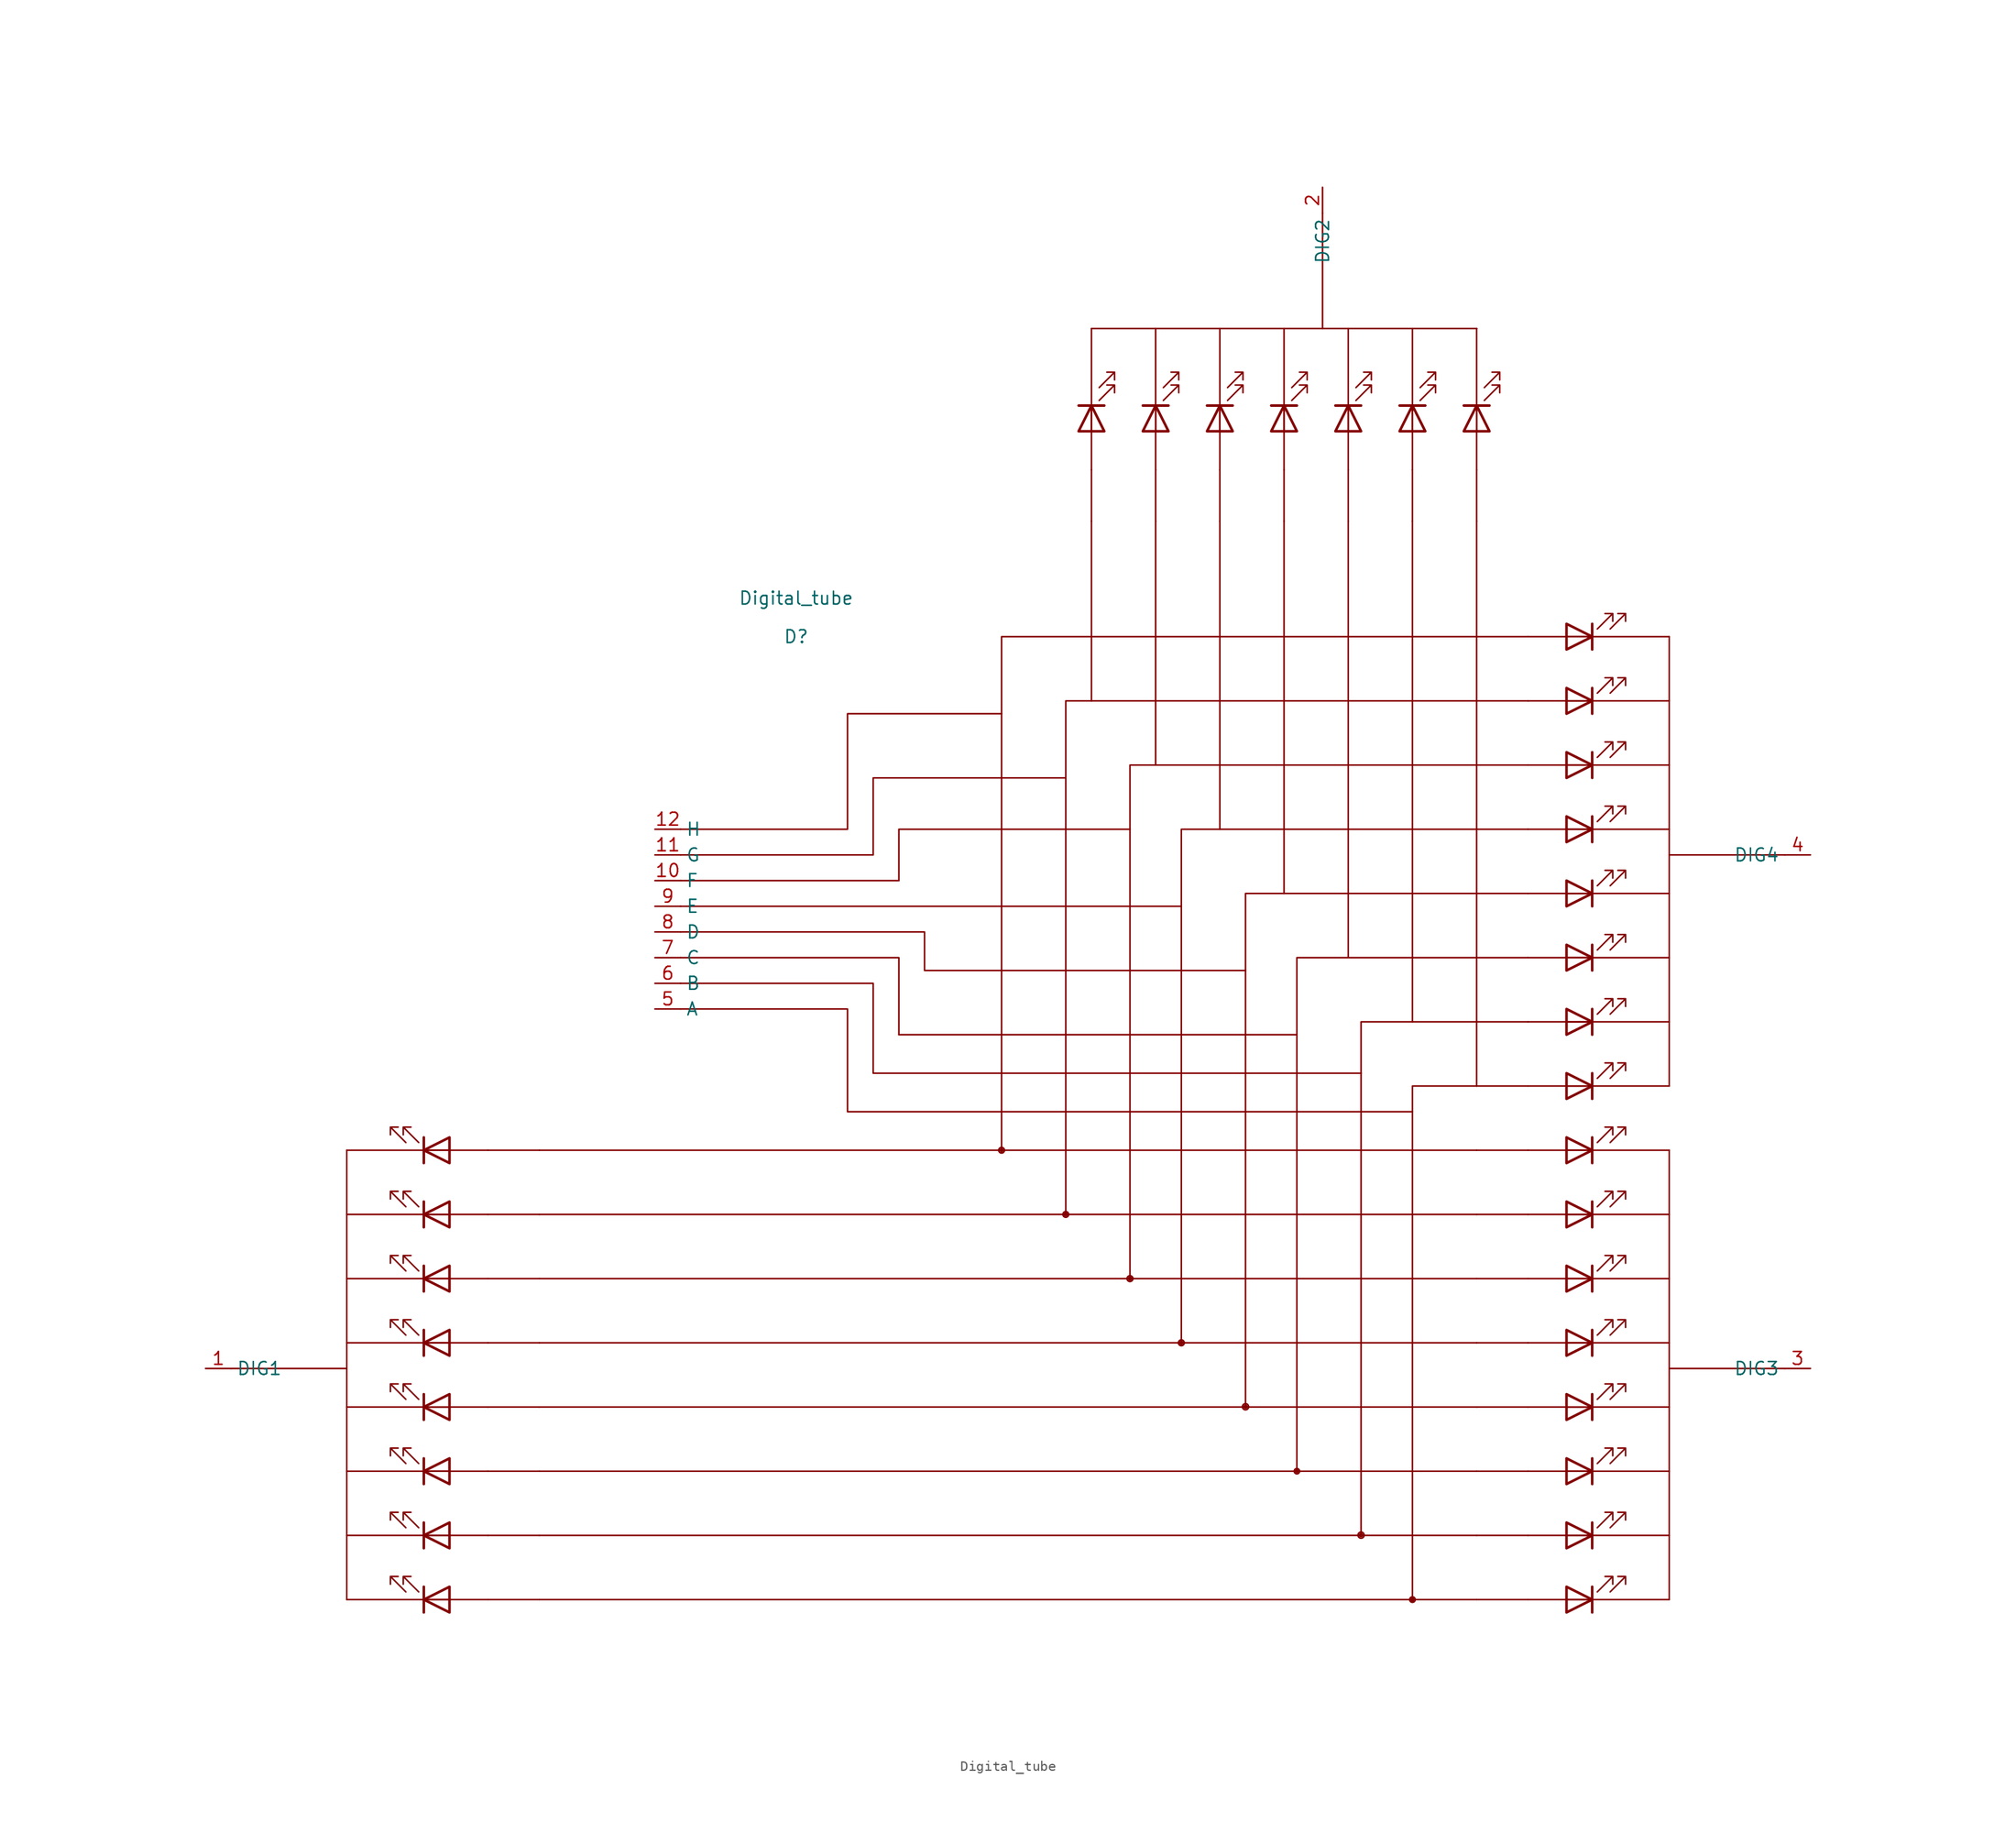
<source format=kicad_sym>
(kicad_symbol_lib
  (version 20220914)
  (generator kicad_symbol_editor)
  (symbol "Digital_tube"
    (property "Reference" "D"
      (at 20.32 53.34 0)
      (effects (font (size 1.27 1.27))))
    (property "Value" "Digital_tube"
      (at 20.32 57.15 0)
      (effects (font (size 1.27 1.27))))
    (symbol "Digital_tube_0_0"
      (polyline (pts (xy -24.13 -41.91) (xy -24.13 2.54)) (stroke (width 0) (type default)) (fill (type none)))
      (polyline (pts (xy -24.13 -19.05) (xy -35.56 -19.05)) (stroke (width 0) (type default)) (fill (type none)))
      (polyline (pts (xy -10.16 -41.91) (xy -24.13 -41.91)) (stroke (width 0) (type default)) (fill (type none)))
      (polyline (pts (xy -10.16 -41.91) (xy -5.08 -41.91)) (stroke (width 0) (type default)) (fill (type none)))
      (polyline (pts (xy -10.16 -35.56) (xy -24.13 -35.56)) (stroke (width 0) (type default)) (fill (type none)))
      (polyline (pts (xy -10.16 -35.56) (xy -5.08 -35.56)) (stroke (width 0) (type default)) (fill (type none)))
      (polyline (pts (xy -10.16 -29.21) (xy -24.13 -29.21)) (stroke (width 0) (type default)) (fill (type none)))
      (polyline (pts (xy -10.16 -29.21) (xy -5.08 -29.21)) (stroke (width 0) (type default)) (fill (type none)))
      (polyline (pts (xy -10.16 -22.86) (xy -24.13 -22.86)) (stroke (width 0) (type default)) (fill (type none)))
      (polyline (pts (xy -10.16 -22.86) (xy -5.08 -22.86)) (stroke (width 0) (type default)) (fill (type none)))
      (polyline (pts (xy -10.16 -16.51) (xy -24.13 -16.51)) (stroke (width 0) (type default)) (fill (type none)))
      (polyline (pts (xy -10.16 -16.51) (xy -5.08 -16.51)) (stroke (width 0) (type default)) (fill (type none)))
      (polyline (pts (xy -10.16 -10.16) (xy -24.13 -10.16)) (stroke (width 0) (type default)) (fill (type none)))
      (polyline (pts (xy -10.16 -10.16) (xy -5.08 -10.16)) (stroke (width 0) (type default)) (fill (type none)))
      (polyline (pts (xy -10.16 -3.81) (xy -24.13 -3.81)) (stroke (width 0) (type default)) (fill (type none)))
      (polyline (pts (xy -10.16 -3.81) (xy -5.08 -3.81)) (stroke (width 0) (type default)) (fill (type none)))
      (polyline (pts (xy -10.16 2.54) (xy -24.13 2.54)) (stroke (width 0) (type default)) (fill (type none)))
      (polyline (pts (xy -10.16 2.54) (xy -5.08 2.54)) (stroke (width 0) (type default)) (fill (type none)))
      (polyline (pts (xy 49.53 69.85) (xy 49.53 64.77)) (stroke (width 0) (type default)) (fill (type none)))
      (polyline (pts (xy 49.53 69.85) (xy 49.53 83.82)) (stroke (width 0) (type default)) (fill (type none)))
      (polyline (pts (xy 55.88 69.85) (xy 55.88 64.77)) (stroke (width 0) (type default)) (fill (type none)))
      (polyline (pts (xy 55.88 69.85) (xy 55.88 83.82)) (stroke (width 0) (type default)) (fill (type none)))
      (polyline (pts (xy 62.23 69.85) (xy 62.23 64.77)) (stroke (width 0) (type default)) (fill (type none)))
      (polyline (pts (xy 62.23 69.85) (xy 62.23 83.82)) (stroke (width 0) (type default)) (fill (type none)))
      (polyline (pts (xy 68.58 69.85) (xy 68.58 64.77)) (stroke (width 0) (type default)) (fill (type none)))
      (polyline (pts (xy 68.58 69.85) (xy 68.58 83.82)) (stroke (width 0) (type default)) (fill (type none)))
      (polyline (pts (xy 72.39 83.82) (xy 72.39 95.25)) (stroke (width 0) (type default)) (fill (type none)))
      (polyline (pts (xy 74.93 69.85) (xy 74.93 64.77)) (stroke (width 0) (type default)) (fill (type none)))
      (polyline (pts (xy 74.93 69.85) (xy 74.93 83.82)) (stroke (width 0) (type default)) (fill (type none)))
      (polyline (pts (xy 81.28 69.85) (xy 81.28 64.77)) (stroke (width 0) (type default)) (fill (type none)))
      (polyline (pts (xy 81.28 69.85) (xy 81.28 83.82)) (stroke (width 0) (type default)) (fill (type none)))
      (polyline (pts (xy 87.63 69.85) (xy 87.63 64.77)) (stroke (width 0) (type default)) (fill (type none)))
      (polyline (pts (xy 87.63 69.85) (xy 87.63 83.82)) (stroke (width 0) (type default)) (fill (type none)))
      (polyline (pts (xy 92.71 -41.91) (xy 87.63 -41.91)) (stroke (width 0) (type default)) (fill (type none)))
      (polyline (pts (xy 92.71 -41.91) (xy 106.68 -41.91)) (stroke (width 0) (type default)) (fill (type none)))
      (polyline (pts (xy 92.71 -35.56) (xy 87.63 -35.56)) (stroke (width 0) (type default)) (fill (type none)))
      (polyline (pts (xy 92.71 -35.56) (xy 106.68 -35.56)) (stroke (width 0) (type default)) (fill (type none)))
      (polyline (pts (xy 92.71 -29.21) (xy 87.63 -29.21)) (stroke (width 0) (type default)) (fill (type none)))
      (polyline (pts (xy 92.71 -29.21) (xy 106.68 -29.21)) (stroke (width 0) (type default)) (fill (type none)))
      (polyline (pts (xy 92.71 -22.86) (xy 87.63 -22.86)) (stroke (width 0) (type default)) (fill (type none)))
      (polyline (pts (xy 92.71 -22.86) (xy 106.68 -22.86)) (stroke (width 0) (type default)) (fill (type none)))
      (polyline (pts (xy 92.71 -16.51) (xy 87.63 -16.51)) (stroke (width 0) (type default)) (fill (type none)))
      (polyline (pts (xy 92.71 -16.51) (xy 106.68 -16.51)) (stroke (width 0) (type default)) (fill (type none)))
      (polyline (pts (xy 92.71 -10.16) (xy 87.63 -10.16)) (stroke (width 0) (type default)) (fill (type none)))
      (polyline (pts (xy 92.71 -10.16) (xy 106.68 -10.16)) (stroke (width 0) (type default)) (fill (type none)))
      (polyline (pts (xy 92.71 -3.81) (xy 87.63 -3.81)) (stroke (width 0) (type default)) (fill (type none)))
      (polyline (pts (xy 92.71 -3.81) (xy 106.68 -3.81)) (stroke (width 0) (type default)) (fill (type none)))
      (polyline (pts (xy 92.71 2.54) (xy 87.63 2.54)) (stroke (width 0) (type default)) (fill (type none)))
      (polyline (pts (xy 92.71 2.54) (xy 106.68 2.54)) (stroke (width 0) (type default)) (fill (type none)))
      (polyline (pts (xy 92.71 8.89) (xy 87.63 8.89)) (stroke (width 0) (type default)) (fill (type none)))
      (polyline (pts (xy 92.71 8.89) (xy 106.68 8.89)) (stroke (width 0) (type default)) (fill (type none)))
      (polyline (pts (xy 92.71 15.24) (xy 87.63 15.24)) (stroke (width 0) (type default)) (fill (type none)))
      (polyline (pts (xy 92.71 15.24) (xy 106.68 15.24)) (stroke (width 0) (type default)) (fill (type none)))
      (polyline (pts (xy 92.71 21.59) (xy 87.63 21.59)) (stroke (width 0) (type default)) (fill (type none)))
      (polyline (pts (xy 92.71 21.59) (xy 106.68 21.59)) (stroke (width 0) (type default)) (fill (type none)))
      (polyline (pts (xy 92.71 27.94) (xy 87.63 27.94)) (stroke (width 0) (type default)) (fill (type none)))
      (polyline (pts (xy 92.71 27.94) (xy 106.68 27.94)) (stroke (width 0) (type default)) (fill (type none)))
      (polyline (pts (xy 92.71 34.29) (xy 87.63 34.29)) (stroke (width 0) (type default)) (fill (type none)))
      (polyline (pts (xy 92.71 34.29) (xy 106.68 34.29)) (stroke (width 0) (type default)) (fill (type none)))
      (polyline (pts (xy 92.71 40.64) (xy 87.63 40.64)) (stroke (width 0) (type default)) (fill (type none)))
      (polyline (pts (xy 92.71 40.64) (xy 106.68 40.64)) (stroke (width 0) (type default)) (fill (type none)))
      (polyline (pts (xy 92.71 46.99) (xy 87.63 46.99)) (stroke (width 0) (type default)) (fill (type none)))
      (polyline (pts (xy 92.71 46.99) (xy 106.68 46.99)) (stroke (width 0) (type default)) (fill (type none)))
      (polyline (pts (xy 92.71 53.34) (xy 87.63 53.34)) (stroke (width 0) (type default)) (fill (type none)))
      (polyline (pts (xy 92.71 53.34) (xy 106.68 53.34)) (stroke (width 0) (type default)) (fill (type none)))
      (polyline (pts (xy 106.68 -41.91) (xy 106.68 2.54)) (stroke (width 0) (type default)) (fill (type none)))
      (polyline (pts (xy 106.68 -19.05) (xy 118.11 -19.05)) (stroke (width 0) (type default)) (fill (type none)))
      (polyline (pts (xy 106.68 8.89) (xy 106.68 53.34)) (stroke (width 0) (type default)) (fill (type none)))
      (polyline (pts (xy 106.68 31.75) (xy 118.11 31.75)) (stroke (width 0) (type default)) (fill (type none)))
      (pin input line (at -38.1 -19.05 0) (length 2.54) (name "DIG1" (effects (font (size 1.27 1.27)))) (number "1" (effects (font (size 1.27 1.27)))))
      (pin input line (at 6.35 29.21 0) (length 2.54) (name "F" (effects (font (size 1.27 1.27)))) (number "10" (effects (font (size 1.27 1.27)))))
      (pin input line (at 6.35 31.75 0) (length 2.54) (name "G" (effects (font (size 1.27 1.27)))) (number "11" (effects (font (size 1.27 1.27)))))
      (pin input line (at 6.35 34.29 0) (length 2.54) (name "H" (effects (font (size 1.27 1.27)))) (number "12" (effects (font (size 1.27 1.27)))))
      (pin input line (at 72.39 97.79 270) (length 2.54) (name "DIG2" (effects (font (size 1.27 1.27)))) (number "2" (effects (font (size 1.27 1.27)))))
      (pin input line (at 120.65 -19.05 180) (length 2.54) (name "DIG3" (effects (font (size 1.27 1.27)))) (number "3" (effects (font (size 1.27 1.27)))))
      (pin input line (at 120.65 31.75 180) (length 2.54) (name "DIG4" (effects (font (size 1.27 1.27)))) (number "4" (effects (font (size 1.27 1.27)))))
      (pin input line (at 6.35 16.51 0) (length 2.54) (name "A" (effects (font (size 1.27 1.27)))) (number "5" (effects (font (size 1.27 1.27)))))
      (pin input line (at 6.35 19.05 0) (length 2.54) (name "B" (effects (font (size 1.27 1.27)))) (number "6" (effects (font (size 1.27 1.27)))))
      (pin input line (at 6.35 21.59 0) (length 2.54) (name "C" (effects (font (size 1.27 1.27)))) (number "7" (effects (font (size 1.27 1.27)))))
      (pin input line (at 6.35 24.13 0) (length 2.54) (name "D" (effects (font (size 1.27 1.27)))) (number "8" (effects (font (size 1.27 1.27)))))
      (pin input line (at 6.35 26.67 0) (length 2.54) (name "E" (effects (font (size 1.27 1.27)))) (number "9" (effects (font (size 1.27 1.27))))))
    (symbol "Digital_tube_0_1"
      (polyline (pts (xy -16.51 -41.91) (xy -13.97 -41.91)) (stroke (width 0) (type default)) (fill (type none)))
      (polyline (pts (xy -16.51 -40.64) (xy -16.51 -43.18)) (stroke (width 0.254) (type default)) (fill (type none)))
      (polyline (pts (xy -16.51 -35.56) (xy -13.97 -35.56)) (stroke (width 0) (type default)) (fill (type none)))
      (polyline (pts (xy -16.51 -34.29) (xy -16.51 -36.83)) (stroke (width 0.254) (type default)) (fill (type none)))
      (polyline (pts (xy -16.51 -29.21) (xy -13.97 -29.21)) (stroke (width 0) (type default)) (fill (type none)))
      (polyline (pts (xy -16.51 -27.94) (xy -16.51 -30.48)) (stroke (width 0.254) (type default)) (fill (type none)))
      (polyline (pts (xy -16.51 -22.86) (xy -13.97 -22.86)) (stroke (width 0) (type default)) (fill (type none)))
      (polyline (pts (xy -16.51 -21.59) (xy -16.51 -24.13)) (stroke (width 0.254) (type default)) (fill (type none)))
      (polyline (pts (xy -16.51 -16.51) (xy -13.97 -16.51)) (stroke (width 0) (type default)) (fill (type none)))
      (polyline (pts (xy -16.51 -15.24) (xy -16.51 -17.78)) (stroke (width 0.254) (type default)) (fill (type none)))
      (polyline (pts (xy -16.51 -10.16) (xy -13.97 -10.16)) (stroke (width 0) (type default)) (fill (type none)))
      (polyline (pts (xy -16.51 -8.89) (xy -16.51 -11.43)) (stroke (width 0.254) (type default)) (fill (type none)))
      (polyline (pts (xy -16.51 -3.81) (xy -13.97 -3.81)) (stroke (width 0) (type default)) (fill (type none)))
      (polyline (pts (xy -16.51 -2.54) (xy -16.51 -5.08)) (stroke (width 0.254) (type default)) (fill (type none)))
      (polyline (pts (xy -16.51 2.54) (xy -13.97 2.54)) (stroke (width 0) (type default)) (fill (type none)))
      (polyline (pts (xy -16.51 3.81) (xy -16.51 1.27)) (stroke (width 0.254) (type default)) (fill (type none)))
      (polyline (pts (xy -5.08 -41.91) (xy 87.63 -41.91)) (stroke (width 0) (type default)) (fill (type none)))
      (polyline (pts (xy -5.08 -29.21) (xy 87.63 -29.21)) (stroke (width 0) (type default)) (fill (type none)))
      (polyline (pts (xy -5.08 -16.51) (xy 87.63 -16.51)) (stroke (width 0) (type default)) (fill (type none)))
      (polyline (pts (xy -5.08 -3.81) (xy 87.63 -3.81)) (stroke (width 0) (type default)) (fill (type none)))
      (polyline (pts (xy -5.08 2.54) (xy 87.63 2.54)) (stroke (width 0) (type default)) (fill (type none)))
      (polyline (pts (xy 30.48 29.21) (xy 8.89 29.21)) (stroke (width 0) (type default)) (fill (type none)))
      (polyline (pts (xy 49.53 64.77) (xy 49.53 46.99)) (stroke (width 0) (type default)) (fill (type none)))
      (polyline (pts (xy 49.53 76.2) (xy 49.53 73.66)) (stroke (width 0) (type default)) (fill (type none)))
      (polyline (pts (xy 49.53 83.82) (xy 87.63 83.82)) (stroke (width 0) (type default)) (fill (type none)))
      (polyline (pts (xy 50.8 76.2) (xy 48.26 76.2)) (stroke (width 0.254) (type default)) (fill (type none)))
      (polyline (pts (xy 55.88 64.77) (xy 55.88 40.64)) (stroke (width 0) (type default)) (fill (type none)))
      (polyline (pts (xy 55.88 76.2) (xy 55.88 73.66)) (stroke (width 0) (type default)) (fill (type none)))
      (polyline (pts (xy 57.15 76.2) (xy 54.61 76.2)) (stroke (width 0.254) (type default)) (fill (type none)))
      (polyline (pts (xy 58.42 26.67) (xy 8.89 26.67)) (stroke (width 0) (type default)) (fill (type none)))
      (polyline (pts (xy 62.23 64.77) (xy 62.23 34.29)) (stroke (width 0) (type default)) (fill (type none)))
      (polyline (pts (xy 62.23 76.2) (xy 62.23 73.66)) (stroke (width 0) (type default)) (fill (type none)))
      (polyline (pts (xy 63.5 76.2) (xy 60.96 76.2)) (stroke (width 0.254) (type default)) (fill (type none)))
      (polyline (pts (xy 68.58 64.77) (xy 68.58 27.94)) (stroke (width 0) (type default)) (fill (type none)))
      (polyline (pts (xy 68.58 76.2) (xy 68.58 73.66)) (stroke (width 0) (type default)) (fill (type none)))
      (polyline (pts (xy 69.85 13.97) (xy 30.48 13.97)) (stroke (width 0) (type default)) (fill (type none)))
      (polyline (pts (xy 69.85 76.2) (xy 67.31 76.2)) (stroke (width 0.254) (type default)) (fill (type none)))
      (polyline (pts (xy 74.93 64.77) (xy 74.93 21.59)) (stroke (width 0) (type default)) (fill (type none)))
      (polyline (pts (xy 74.93 76.2) (xy 74.93 73.66)) (stroke (width 0) (type default)) (fill (type none)))
      (polyline (pts (xy 76.2 76.2) (xy 73.66 76.2)) (stroke (width 0.254) (type default)) (fill (type none)))
      (polyline (pts (xy 81.28 64.77) (xy 81.28 15.24)) (stroke (width 0) (type default)) (fill (type none)))
      (polyline (pts (xy 81.28 76.2) (xy 81.28 73.66)) (stroke (width 0) (type default)) (fill (type none)))
      (polyline (pts (xy 82.55 76.2) (xy 80.01 76.2)) (stroke (width 0.254) (type default)) (fill (type none)))
      (polyline (pts (xy 87.63 -35.56) (xy -5.08 -35.56)) (stroke (width 0) (type default)) (fill (type none)))
      (polyline (pts (xy 87.63 -22.86) (xy -5.08 -22.86)) (stroke (width 0) (type default)) (fill (type none)))
      (polyline (pts (xy 87.63 -10.16) (xy -5.08 -10.16)) (stroke (width 0) (type default)) (fill (type none)))
      (polyline (pts (xy 87.63 64.77) (xy 87.63 8.89)) (stroke (width 0) (type default)) (fill (type none)))
      (polyline (pts (xy 87.63 76.2) (xy 87.63 73.66)) (stroke (width 0) (type default)) (fill (type none)))
      (polyline (pts (xy 87.63 83.82) (xy 87.63 83.82)) (stroke (width 0) (type default)) (fill (type none)))
      (polyline (pts (xy 88.9 76.2) (xy 86.36 76.2)) (stroke (width 0.254) (type default)) (fill (type none)))
      (polyline (pts (xy 99.06 -41.91) (xy 96.52 -41.91)) (stroke (width 0) (type default)) (fill (type none)))
      (polyline (pts (xy 99.06 -40.64) (xy 99.06 -43.18)) (stroke (width 0.254) (type default)) (fill (type none)))
      (polyline (pts (xy 99.06 -35.56) (xy 96.52 -35.56)) (stroke (width 0) (type default)) (fill (type none)))
      (polyline (pts (xy 99.06 -34.29) (xy 99.06 -36.83)) (stroke (width 0.254) (type default)) (fill (type none)))
      (polyline (pts (xy 99.06 -29.21) (xy 96.52 -29.21)) (stroke (width 0) (type default)) (fill (type none)))
      (polyline (pts (xy 99.06 -27.94) (xy 99.06 -30.48)) (stroke (width 0.254) (type default)) (fill (type none)))
      (polyline (pts (xy 99.06 -22.86) (xy 96.52 -22.86)) (stroke (width 0) (type default)) (fill (type none)))
      (polyline (pts (xy 99.06 -21.59) (xy 99.06 -24.13)) (stroke (width 0.254) (type default)) (fill (type none)))
      (polyline (pts (xy 99.06 -16.51) (xy 96.52 -16.51)) (stroke (width 0) (type default)) (fill (type none)))
      (polyline (pts (xy 99.06 -15.24) (xy 99.06 -17.78)) (stroke (width 0.254) (type default)) (fill (type none)))
      (polyline (pts (xy 99.06 -10.16) (xy 96.52 -10.16)) (stroke (width 0) (type default)) (fill (type none)))
      (polyline (pts (xy 99.06 -8.89) (xy 99.06 -11.43)) (stroke (width 0.254) (type default)) (fill (type none)))
      (polyline (pts (xy 99.06 -3.81) (xy 96.52 -3.81)) (stroke (width 0) (type default)) (fill (type none)))
      (polyline (pts (xy 99.06 -2.54) (xy 99.06 -5.08)) (stroke (width 0.254) (type default)) (fill (type none)))
      (polyline (pts (xy 99.06 2.54) (xy 96.52 2.54)) (stroke (width 0) (type default)) (fill (type none)))
      (polyline (pts (xy 99.06 3.81) (xy 99.06 1.27)) (stroke (width 0.254) (type default)) (fill (type none)))
      (polyline (pts (xy 99.06 8.89) (xy 96.52 8.89)) (stroke (width 0) (type default)) (fill (type none)))
      (polyline (pts (xy 99.06 10.16) (xy 99.06 7.62)) (stroke (width 0.254) (type default)) (fill (type none)))
      (polyline (pts (xy 99.06 15.24) (xy 96.52 15.24)) (stroke (width 0) (type default)) (fill (type none)))
      (polyline (pts (xy 99.06 16.51) (xy 99.06 13.97)) (stroke (width 0.254) (type default)) (fill (type none)))
      (polyline (pts (xy 99.06 21.59) (xy 96.52 21.59)) (stroke (width 0) (type default)) (fill (type none)))
      (polyline (pts (xy 99.06 22.86) (xy 99.06 20.32)) (stroke (width 0.254) (type default)) (fill (type none)))
      (polyline (pts (xy 99.06 27.94) (xy 96.52 27.94)) (stroke (width 0) (type default)) (fill (type none)))
      (polyline (pts (xy 99.06 29.21) (xy 99.06 26.67)) (stroke (width 0.254) (type default)) (fill (type none)))
      (polyline (pts (xy 99.06 34.29) (xy 96.52 34.29)) (stroke (width 0) (type default)) (fill (type none)))
      (polyline (pts (xy 99.06 35.56) (xy 99.06 33.02)) (stroke (width 0.254) (type default)) (fill (type none)))
      (polyline (pts (xy 99.06 40.64) (xy 96.52 40.64)) (stroke (width 0) (type default)) (fill (type none)))
      (polyline (pts (xy 99.06 41.91) (xy 99.06 39.37)) (stroke (width 0.254) (type default)) (fill (type none)))
      (polyline (pts (xy 99.06 46.99) (xy 96.52 46.99)) (stroke (width 0) (type default)) (fill (type none)))
      (polyline (pts (xy 99.06 48.26) (xy 99.06 45.72)) (stroke (width 0.254) (type default)) (fill (type none)))
      (polyline (pts (xy 99.06 53.34) (xy 96.52 53.34)) (stroke (width 0) (type default)) (fill (type none)))
      (polyline (pts (xy 99.06 54.61) (xy 99.06 52.07)) (stroke (width 0.254) (type default)) (fill (type none)))
      (polyline (pts (xy 30.48 13.97) (xy 30.48 21.59) (xy 8.89 21.59)) (stroke (width 0) (type default)) (fill (type none)))
      (polyline (pts (xy 53.34 34.29) (xy 30.48 34.29) (xy 30.48 29.21)) (stroke (width 0) (type default)) (fill (type none)))
      (polyline (pts (xy 87.63 8.89) (xy 81.28 8.89) (xy 81.28 -41.91)) (stroke (width 0) (type default)) (fill (type none)))
      (polyline (pts (xy 87.63 15.24) (xy 76.2 15.24) (xy 76.2 -35.56)) (stroke (width 0) (type default)) (fill (type none)))
      (polyline (pts (xy 87.63 21.59) (xy 69.85 21.59) (xy 69.85 -29.21)) (stroke (width 0) (type default)) (fill (type none)))
      (polyline (pts (xy 87.63 27.94) (xy 64.77 27.94) (xy 64.77 -22.86)) (stroke (width 0) (type default)) (fill (type none)))
      (polyline (pts (xy 87.63 34.29) (xy 58.42 34.29) (xy 58.42 -16.51)) (stroke (width 0) (type default)) (fill (type none)))
      (polyline (pts (xy 87.63 40.64) (xy 53.34 40.64) (xy 53.34 -10.16)) (stroke (width 0) (type default)) (fill (type none)))
      (polyline (pts (xy 87.63 46.99) (xy 46.99 46.99) (xy 46.99 -3.81)) (stroke (width 0) (type default)) (fill (type none)))
      (polyline (pts (xy 87.63 53.34) (xy 40.64 53.34) (xy 40.64 2.54)) (stroke (width 0) (type default)) (fill (type none)))
      (polyline (pts (xy -13.97 -40.64) (xy -13.97 -43.18) (xy -16.51 -41.91) (xy -13.97 -40.64)) (stroke (width 0.254) (type default)) (fill (type none)))
      (polyline (pts (xy -13.97 -34.29) (xy -13.97 -36.83) (xy -16.51 -35.56) (xy -13.97 -34.29)) (stroke (width 0.254) (type default)) (fill (type none)))
      (polyline (pts (xy -13.97 -27.94) (xy -13.97 -30.48) (xy -16.51 -29.21) (xy -13.97 -27.94)) (stroke (width 0.254) (type default)) (fill (type none)))
      (polyline (pts (xy -13.97 -21.59) (xy -13.97 -24.13) (xy -16.51 -22.86) (xy -13.97 -21.59)) (stroke (width 0.254) (type default)) (fill (type none)))
      (polyline (pts (xy -13.97 -15.24) (xy -13.97 -17.78) (xy -16.51 -16.51) (xy -13.97 -15.24)) (stroke (width 0.254) (type default)) (fill (type none)))
      (polyline (pts (xy -13.97 -8.89) (xy -13.97 -11.43) (xy -16.51 -10.16) (xy -13.97 -8.89)) (stroke (width 0.254) (type default)) (fill (type none)))
      (polyline (pts (xy -13.97 -2.54) (xy -13.97 -5.08) (xy -16.51 -3.81) (xy -13.97 -2.54)) (stroke (width 0.254) (type default)) (fill (type none)))
      (polyline (pts (xy -13.97 3.81) (xy -13.97 1.27) (xy -16.51 2.54) (xy -13.97 3.81)) (stroke (width 0.254) (type default)) (fill (type none)))
      (polyline (pts (xy 40.64 45.72) (xy 25.4 45.72) (xy 25.4 34.29) (xy 8.89 34.29)) (stroke (width 0) (type default)) (fill (type none)))
      (polyline (pts (xy 46.99 39.37) (xy 27.94 39.37) (xy 27.94 31.75) (xy 8.89 31.75)) (stroke (width 0) (type default)) (fill (type none)))
      (polyline (pts (xy 50.8 73.66) (xy 48.26 73.66) (xy 49.53 76.2) (xy 50.8 73.66)) (stroke (width 0.254) (type default)) (fill (type none)))
      (polyline (pts (xy 57.15 73.66) (xy 54.61 73.66) (xy 55.88 76.2) (xy 57.15 73.66)) (stroke (width 0.254) (type default)) (fill (type none)))
      (polyline (pts (xy 63.5 73.66) (xy 60.96 73.66) (xy 62.23 76.2) (xy 63.5 73.66)) (stroke (width 0.254) (type default)) (fill (type none)))
      (polyline (pts (xy 64.77 20.32) (xy 33.02 20.32) (xy 33.02 24.13) (xy 8.89 24.13)) (stroke (width 0) (type default)) (fill (type none)))
      (polyline (pts (xy 69.85 73.66) (xy 67.31 73.66) (xy 68.58 76.2) (xy 69.85 73.66)) (stroke (width 0.254) (type default)) (fill (type none)))
      (polyline (pts (xy 76.2 10.16) (xy 27.94 10.16) (xy 27.94 19.05) (xy 8.89 19.05)) (stroke (width 0) (type default)) (fill (type none)))
      (polyline (pts (xy 76.2 73.66) (xy 73.66 73.66) (xy 74.93 76.2) (xy 76.2 73.66)) (stroke (width 0.254) (type default)) (fill (type none)))
      (polyline (pts (xy 81.28 6.35) (xy 25.4 6.35) (xy 25.4 16.51) (xy 8.89 16.51)) (stroke (width 0) (type default)) (fill (type none)))
      (polyline (pts (xy 82.55 73.66) (xy 80.01 73.66) (xy 81.28 76.2) (xy 82.55 73.66)) (stroke (width 0.254) (type default)) (fill (type none)))
      (polyline (pts (xy 88.9 73.66) (xy 86.36 73.66) (xy 87.63 76.2) (xy 88.9 73.66)) (stroke (width 0.254) (type default)) (fill (type none)))
      (polyline (pts (xy 96.52 -40.64) (xy 96.52 -43.18) (xy 99.06 -41.91) (xy 96.52 -40.64)) (stroke (width 0.254) (type default)) (fill (type none)))
      (polyline (pts (xy 96.52 -34.29) (xy 96.52 -36.83) (xy 99.06 -35.56) (xy 96.52 -34.29)) (stroke (width 0.254) (type default)) (fill (type none)))
      (polyline (pts (xy 96.52 -27.94) (xy 96.52 -30.48) (xy 99.06 -29.21) (xy 96.52 -27.94)) (stroke (width 0.254) (type default)) (fill (type none)))
      (polyline (pts (xy 96.52 -21.59) (xy 96.52 -24.13) (xy 99.06 -22.86) (xy 96.52 -21.59)) (stroke (width 0.254) (type default)) (fill (type none)))
      (polyline (pts (xy 96.52 -15.24) (xy 96.52 -17.78) (xy 99.06 -16.51) (xy 96.52 -15.24)) (stroke (width 0.254) (type default)) (fill (type none)))
      (polyline (pts (xy 96.52 -8.89) (xy 96.52 -11.43) (xy 99.06 -10.16) (xy 96.52 -8.89)) (stroke (width 0.254) (type default)) (fill (type none)))
      (polyline (pts (xy 96.52 -2.54) (xy 96.52 -5.08) (xy 99.06 -3.81) (xy 96.52 -2.54)) (stroke (width 0.254) (type default)) (fill (type none)))
      (polyline (pts (xy 96.52 3.81) (xy 96.52 1.27) (xy 99.06 2.54) (xy 96.52 3.81)) (stroke (width 0.254) (type default)) (fill (type none)))
      (polyline (pts (xy 96.52 10.16) (xy 96.52 7.62) (xy 99.06 8.89) (xy 96.52 10.16)) (stroke (width 0.254) (type default)) (fill (type none)))
      (polyline (pts (xy 96.52 16.51) (xy 96.52 13.97) (xy 99.06 15.24) (xy 96.52 16.51)) (stroke (width 0.254) (type default)) (fill (type none)))
      (polyline (pts (xy 96.52 22.86) (xy 96.52 20.32) (xy 99.06 21.59) (xy 96.52 22.86)) (stroke (width 0.254) (type default)) (fill (type none)))
      (polyline (pts (xy 96.52 29.21) (xy 96.52 26.67) (xy 99.06 27.94) (xy 96.52 29.21)) (stroke (width 0.254) (type default)) (fill (type none)))
      (polyline (pts (xy 96.52 35.56) (xy 96.52 33.02) (xy 99.06 34.29) (xy 96.52 35.56)) (stroke (width 0.254) (type default)) (fill (type none)))
      (polyline (pts (xy 96.52 41.91) (xy 96.52 39.37) (xy 99.06 40.64) (xy 96.52 41.91)) (stroke (width 0.254) (type default)) (fill (type none)))
      (polyline (pts (xy 96.52 48.26) (xy 96.52 45.72) (xy 99.06 46.99) (xy 96.52 48.26)) (stroke (width 0.254) (type default)) (fill (type none)))
      (polyline (pts (xy 96.52 54.61) (xy 96.52 52.07) (xy 99.06 53.34) (xy 96.52 54.61)) (stroke (width 0.254) (type default)) (fill (type none)))
      (polyline (pts (xy -18.288 -41.148) (xy -19.812 -39.624) (xy -19.05 -39.624) (xy -19.812 -39.624) (xy -19.812 -40.386)) (stroke (width 0) (type default)) (fill (type none)))
      (polyline (pts (xy -18.288 -34.798) (xy -19.812 -33.274) (xy -19.05 -33.274) (xy -19.812 -33.274) (xy -19.812 -34.036)) (stroke (width 0) (type default)) (fill (type none)))
      (polyline (pts (xy -18.288 -28.448) (xy -19.812 -26.924) (xy -19.05 -26.924) (xy -19.812 -26.924) (xy -19.812 -27.686)) (stroke (width 0) (type default)) (fill (type none)))
      (polyline (pts (xy -18.288 -22.098) (xy -19.812 -20.574) (xy -19.05 -20.574) (xy -19.812 -20.574) (xy -19.812 -21.336)) (stroke (width 0) (type default)) (fill (type none)))
      (polyline (pts (xy -18.288 -15.748) (xy -19.812 -14.224) (xy -19.05 -14.224) (xy -19.812 -14.224) (xy -19.812 -14.986)) (stroke (width 0) (type default)) (fill (type none)))
      (polyline (pts (xy -18.288 -9.398) (xy -19.812 -7.874) (xy -19.05 -7.874) (xy -19.812 -7.874) (xy -19.812 -8.636)) (stroke (width 0) (type default)) (fill (type none)))
      (polyline (pts (xy -18.288 -3.048) (xy -19.812 -1.524) (xy -19.05 -1.524) (xy -19.812 -1.524) (xy -19.812 -2.286)) (stroke (width 0) (type default)) (fill (type none)))
      (polyline (pts (xy -18.288 3.302) (xy -19.812 4.826) (xy -19.05 4.826) (xy -19.812 4.826) (xy -19.812 4.064)) (stroke (width 0) (type default)) (fill (type none)))
      (polyline (pts (xy -17.018 -41.148) (xy -18.542 -39.624) (xy -17.78 -39.624) (xy -18.542 -39.624) (xy -18.542 -40.386)) (stroke (width 0) (type default)) (fill (type none)))
      (polyline (pts (xy -17.018 -34.798) (xy -18.542 -33.274) (xy -17.78 -33.274) (xy -18.542 -33.274) (xy -18.542 -34.036)) (stroke (width 0) (type default)) (fill (type none)))
      (polyline (pts (xy -17.018 -28.448) (xy -18.542 -26.924) (xy -17.78 -26.924) (xy -18.542 -26.924) (xy -18.542 -27.686)) (stroke (width 0) (type default)) (fill (type none)))
      (polyline (pts (xy -17.018 -22.098) (xy -18.542 -20.574) (xy -17.78 -20.574) (xy -18.542 -20.574) (xy -18.542 -21.336)) (stroke (width 0) (type default)) (fill (type none)))
      (polyline (pts (xy -17.018 -15.748) (xy -18.542 -14.224) (xy -17.78 -14.224) (xy -18.542 -14.224) (xy -18.542 -14.986)) (stroke (width 0) (type default)) (fill (type none)))
      (polyline (pts (xy -17.018 -9.398) (xy -18.542 -7.874) (xy -17.78 -7.874) (xy -18.542 -7.874) (xy -18.542 -8.636)) (stroke (width 0) (type default)) (fill (type none)))
      (polyline (pts (xy -17.018 -3.048) (xy -18.542 -1.524) (xy -17.78 -1.524) (xy -18.542 -1.524) (xy -18.542 -2.286)) (stroke (width 0) (type default)) (fill (type none)))
      (polyline (pts (xy -17.018 3.302) (xy -18.542 4.826) (xy -17.78 4.826) (xy -18.542 4.826) (xy -18.542 4.064)) (stroke (width 0) (type default)) (fill (type none)))
      (polyline (pts (xy 50.292 76.708) (xy 51.816 78.232) (xy 51.816 77.47) (xy 51.816 78.232) (xy 51.054 78.232)) (stroke (width 0) (type default)) (fill (type none)))
      (polyline (pts (xy 50.292 77.978) (xy 51.816 79.502) (xy 51.816 78.74) (xy 51.816 79.502) (xy 51.054 79.502)) (stroke (width 0) (type default)) (fill (type none)))
      (polyline (pts (xy 56.642 76.708) (xy 58.166 78.232) (xy 58.166 77.47) (xy 58.166 78.232) (xy 57.404 78.232)) (stroke (width 0) (type default)) (fill (type none)))
      (polyline (pts (xy 56.642 77.978) (xy 58.166 79.502) (xy 58.166 78.74) (xy 58.166 79.502) (xy 57.404 79.502)) (stroke (width 0) (type default)) (fill (type none)))
      (polyline (pts (xy 62.992 76.708) (xy 64.516 78.232) (xy 64.516 77.47) (xy 64.516 78.232) (xy 63.754 78.232)) (stroke (width 0) (type default)) (fill (type none)))
      (polyline (pts (xy 62.992 77.978) (xy 64.516 79.502) (xy 64.516 78.74) (xy 64.516 79.502) (xy 63.754 79.502)) (stroke (width 0) (type default)) (fill (type none)))
      (polyline (pts (xy 69.342 76.708) (xy 70.866 78.232) (xy 70.866 77.47) (xy 70.866 78.232) (xy 70.104 78.232)) (stroke (width 0) (type default)) (fill (type none)))
      (polyline (pts (xy 69.342 77.978) (xy 70.866 79.502) (xy 70.866 78.74) (xy 70.866 79.502) (xy 70.104 79.502)) (stroke (width 0) (type default)) (fill (type none)))
      (polyline (pts (xy 75.692 76.708) (xy 77.216 78.232) (xy 77.216 77.47) (xy 77.216 78.232) (xy 76.454 78.232)) (stroke (width 0) (type default)) (fill (type none)))
      (polyline (pts (xy 75.692 77.978) (xy 77.216 79.502) (xy 77.216 78.74) (xy 77.216 79.502) (xy 76.454 79.502)) (stroke (width 0) (type default)) (fill (type none)))
      (polyline (pts (xy 82.042 76.708) (xy 83.566 78.232) (xy 83.566 77.47) (xy 83.566 78.232) (xy 82.804 78.232)) (stroke (width 0) (type default)) (fill (type none)))
      (polyline (pts (xy 82.042 77.978) (xy 83.566 79.502) (xy 83.566 78.74) (xy 83.566 79.502) (xy 82.804 79.502)) (stroke (width 0) (type default)) (fill (type none)))
      (polyline (pts (xy 88.392 76.708) (xy 89.916 78.232) (xy 89.916 77.47) (xy 89.916 78.232) (xy 89.154 78.232)) (stroke (width 0) (type default)) (fill (type none)))
      (polyline (pts (xy 88.392 77.978) (xy 89.916 79.502) (xy 89.916 78.74) (xy 89.916 79.502) (xy 89.154 79.502)) (stroke (width 0) (type default)) (fill (type none)))
      (polyline (pts (xy 99.568 -41.148) (xy 101.092 -39.624) (xy 100.33 -39.624) (xy 101.092 -39.624) (xy 101.092 -40.386)) (stroke (width 0) (type default)) (fill (type none)))
      (polyline (pts (xy 99.568 -34.798) (xy 101.092 -33.274) (xy 100.33 -33.274) (xy 101.092 -33.274) (xy 101.092 -34.036)) (stroke (width 0) (type default)) (fill (type none)))
      (polyline (pts (xy 99.568 -28.448) (xy 101.092 -26.924) (xy 100.33 -26.924) (xy 101.092 -26.924) (xy 101.092 -27.686)) (stroke (width 0) (type default)) (fill (type none)))
      (polyline (pts (xy 99.568 -22.098) (xy 101.092 -20.574) (xy 100.33 -20.574) (xy 101.092 -20.574) (xy 101.092 -21.336)) (stroke (width 0) (type default)) (fill (type none)))
      (polyline (pts (xy 99.568 -15.748) (xy 101.092 -14.224) (xy 100.33 -14.224) (xy 101.092 -14.224) (xy 101.092 -14.986)) (stroke (width 0) (type default)) (fill (type none)))
      (polyline (pts (xy 99.568 -9.398) (xy 101.092 -7.874) (xy 100.33 -7.874) (xy 101.092 -7.874) (xy 101.092 -8.636)) (stroke (width 0) (type default)) (fill (type none)))
      (polyline (pts (xy 99.568 -3.048) (xy 101.092 -1.524) (xy 100.33 -1.524) (xy 101.092 -1.524) (xy 101.092 -2.286)) (stroke (width 0) (type default)) (fill (type none)))
      (polyline (pts (xy 99.568 3.302) (xy 101.092 4.826) (xy 100.33 4.826) (xy 101.092 4.826) (xy 101.092 4.064)) (stroke (width 0) (type default)) (fill (type none)))
      (polyline (pts (xy 99.568 9.652) (xy 101.092 11.176) (xy 100.33 11.176) (xy 101.092 11.176) (xy 101.092 10.414)) (stroke (width 0) (type default)) (fill (type none)))
      (polyline (pts (xy 99.568 16.002) (xy 101.092 17.526) (xy 100.33 17.526) (xy 101.092 17.526) (xy 101.092 16.764)) (stroke (width 0) (type default)) (fill (type none)))
      (polyline (pts (xy 99.568 22.352) (xy 101.092 23.876) (xy 100.33 23.876) (xy 101.092 23.876) (xy 101.092 23.114)) (stroke (width 0) (type default)) (fill (type none)))
      (polyline (pts (xy 99.568 28.702) (xy 101.092 30.226) (xy 100.33 30.226) (xy 101.092 30.226) (xy 101.092 29.464)) (stroke (width 0) (type default)) (fill (type none)))
      (polyline (pts (xy 99.568 35.052) (xy 101.092 36.576) (xy 100.33 36.576) (xy 101.092 36.576) (xy 101.092 35.814)) (stroke (width 0) (type default)) (fill (type none)))
      (polyline (pts (xy 99.568 41.402) (xy 101.092 42.926) (xy 100.33 42.926) (xy 101.092 42.926) (xy 101.092 42.164)) (stroke (width 0) (type default)) (fill (type none)))
      (polyline (pts (xy 99.568 47.752) (xy 101.092 49.276) (xy 100.33 49.276) (xy 101.092 49.276) (xy 101.092 48.514)) (stroke (width 0) (type default)) (fill (type none)))
      (polyline (pts (xy 99.568 54.102) (xy 101.092 55.626) (xy 100.33 55.626) (xy 101.092 55.626) (xy 101.092 54.864)) (stroke (width 0) (type default)) (fill (type none)))
      (polyline (pts (xy 100.838 -41.148) (xy 102.362 -39.624) (xy 101.6 -39.624) (xy 102.362 -39.624) (xy 102.362 -40.386)) (stroke (width 0) (type default)) (fill (type none)))
      (polyline (pts (xy 100.838 -34.798) (xy 102.362 -33.274) (xy 101.6 -33.274) (xy 102.362 -33.274) (xy 102.362 -34.036)) (stroke (width 0) (type default)) (fill (type none)))
      (polyline (pts (xy 100.838 -28.448) (xy 102.362 -26.924) (xy 101.6 -26.924) (xy 102.362 -26.924) (xy 102.362 -27.686)) (stroke (width 0) (type default)) (fill (type none)))
      (polyline (pts (xy 100.838 -22.098) (xy 102.362 -20.574) (xy 101.6 -20.574) (xy 102.362 -20.574) (xy 102.362 -21.336)) (stroke (width 0) (type default)) (fill (type none)))
      (polyline (pts (xy 100.838 -15.748) (xy 102.362 -14.224) (xy 101.6 -14.224) (xy 102.362 -14.224) (xy 102.362 -14.986)) (stroke (width 0) (type default)) (fill (type none)))
      (polyline (pts (xy 100.838 -9.398) (xy 102.362 -7.874) (xy 101.6 -7.874) (xy 102.362 -7.874) (xy 102.362 -8.636)) (stroke (width 0) (type default)) (fill (type none)))
      (polyline (pts (xy 100.838 -3.048) (xy 102.362 -1.524) (xy 101.6 -1.524) (xy 102.362 -1.524) (xy 102.362 -2.286)) (stroke (width 0) (type default)) (fill (type none)))
      (polyline (pts (xy 100.838 3.302) (xy 102.362 4.826) (xy 101.6 4.826) (xy 102.362 4.826) (xy 102.362 4.064)) (stroke (width 0) (type default)) (fill (type none)))
      (polyline (pts (xy 100.838 9.652) (xy 102.362 11.176) (xy 101.6 11.176) (xy 102.362 11.176) (xy 102.362 10.414)) (stroke (width 0) (type default)) (fill (type none)))
      (polyline (pts (xy 100.838 16.002) (xy 102.362 17.526) (xy 101.6 17.526) (xy 102.362 17.526) (xy 102.362 16.764)) (stroke (width 0) (type default)) (fill (type none)))
      (polyline (pts (xy 100.838 22.352) (xy 102.362 23.876) (xy 101.6 23.876) (xy 102.362 23.876) (xy 102.362 23.114)) (stroke (width 0) (type default)) (fill (type none)))
      (polyline (pts (xy 100.838 28.702) (xy 102.362 30.226) (xy 101.6 30.226) (xy 102.362 30.226) (xy 102.362 29.464)) (stroke (width 0) (type default)) (fill (type none)))
      (polyline (pts (xy 100.838 35.052) (xy 102.362 36.576) (xy 101.6 36.576) (xy 102.362 36.576) (xy 102.362 35.814)) (stroke (width 0) (type default)) (fill (type none)))
      (polyline (pts (xy 100.838 41.402) (xy 102.362 42.926) (xy 101.6 42.926) (xy 102.362 42.926) (xy 102.362 42.164)) (stroke (width 0) (type default)) (fill (type none)))
      (polyline (pts (xy 100.838 47.752) (xy 102.362 49.276) (xy 101.6 49.276) (xy 102.362 49.276) (xy 102.362 48.514)) (stroke (width 0) (type default)) (fill (type none)))
      (polyline (pts (xy 100.838 54.102) (xy 102.362 55.626) (xy 101.6 55.626) (xy 102.362 55.626) (xy 102.362 54.864)) (stroke (width 0) (type default)) (fill (type none)))
      (circle (center 40.64 2.54) (radius 0.137) (stroke (width 0) (type default)) (fill (type none)))
      (circle (center 40.64 2.54) (radius 0.284) (stroke (width 0) (type default)) (fill (type none)))
      (circle (center 46.99 -3.81) (radius 0.148) (stroke (width 0) (type default)) (fill (type none)))
      (circle (center 46.99 -3.81) (radius 0.284) (stroke (width 0) (type default)) (fill (type none)))
      (circle (center 53.34 -10.16) (radius 0.148) (stroke (width 0) (type default)) (fill (type none)))
      (circle (center 53.34 -10.16) (radius 0.29) (stroke (width 0) (type default)) (fill (type none)))
      (circle (center 58.42 -16.51) (radius 0.148) (stroke (width 0) (type default)) (fill (type none)))
      (circle (center 58.42 -16.51) (radius 0.29) (stroke (width 0) (type default)) (fill (type none)))
      (circle (center 64.77 -22.835) (radius 0.154) (stroke (width 0) (type default)) (fill (type none)))
      (circle (center 64.77 -22.835) (radius 0.306) (stroke (width 0) (type default)) (fill (type none)))
      (circle (center 69.85 -29.21) (radius 0.127) (stroke (width 0) (type default)) (fill (type none)))
      (circle (center 69.85 -29.21) (radius 0.265) (stroke (width 0) (type default)) (fill (type none)))
      (circle (center 76.2 -35.535) (radius 0.154) (stroke (width 0) (type default)) (fill (type none)))
      (circle (center 76.2 -35.535) (radius 0.306) (stroke (width 0) (type default)) (fill (type none)))
      (circle (center 81.28 -41.91) (radius 0.144) (stroke (width 0) (type default)) (fill (type none)))
      (circle (center 81.28 -41.91) (radius 0.274) (stroke (width 0) (type default)) (fill (type none))))))
</source>
